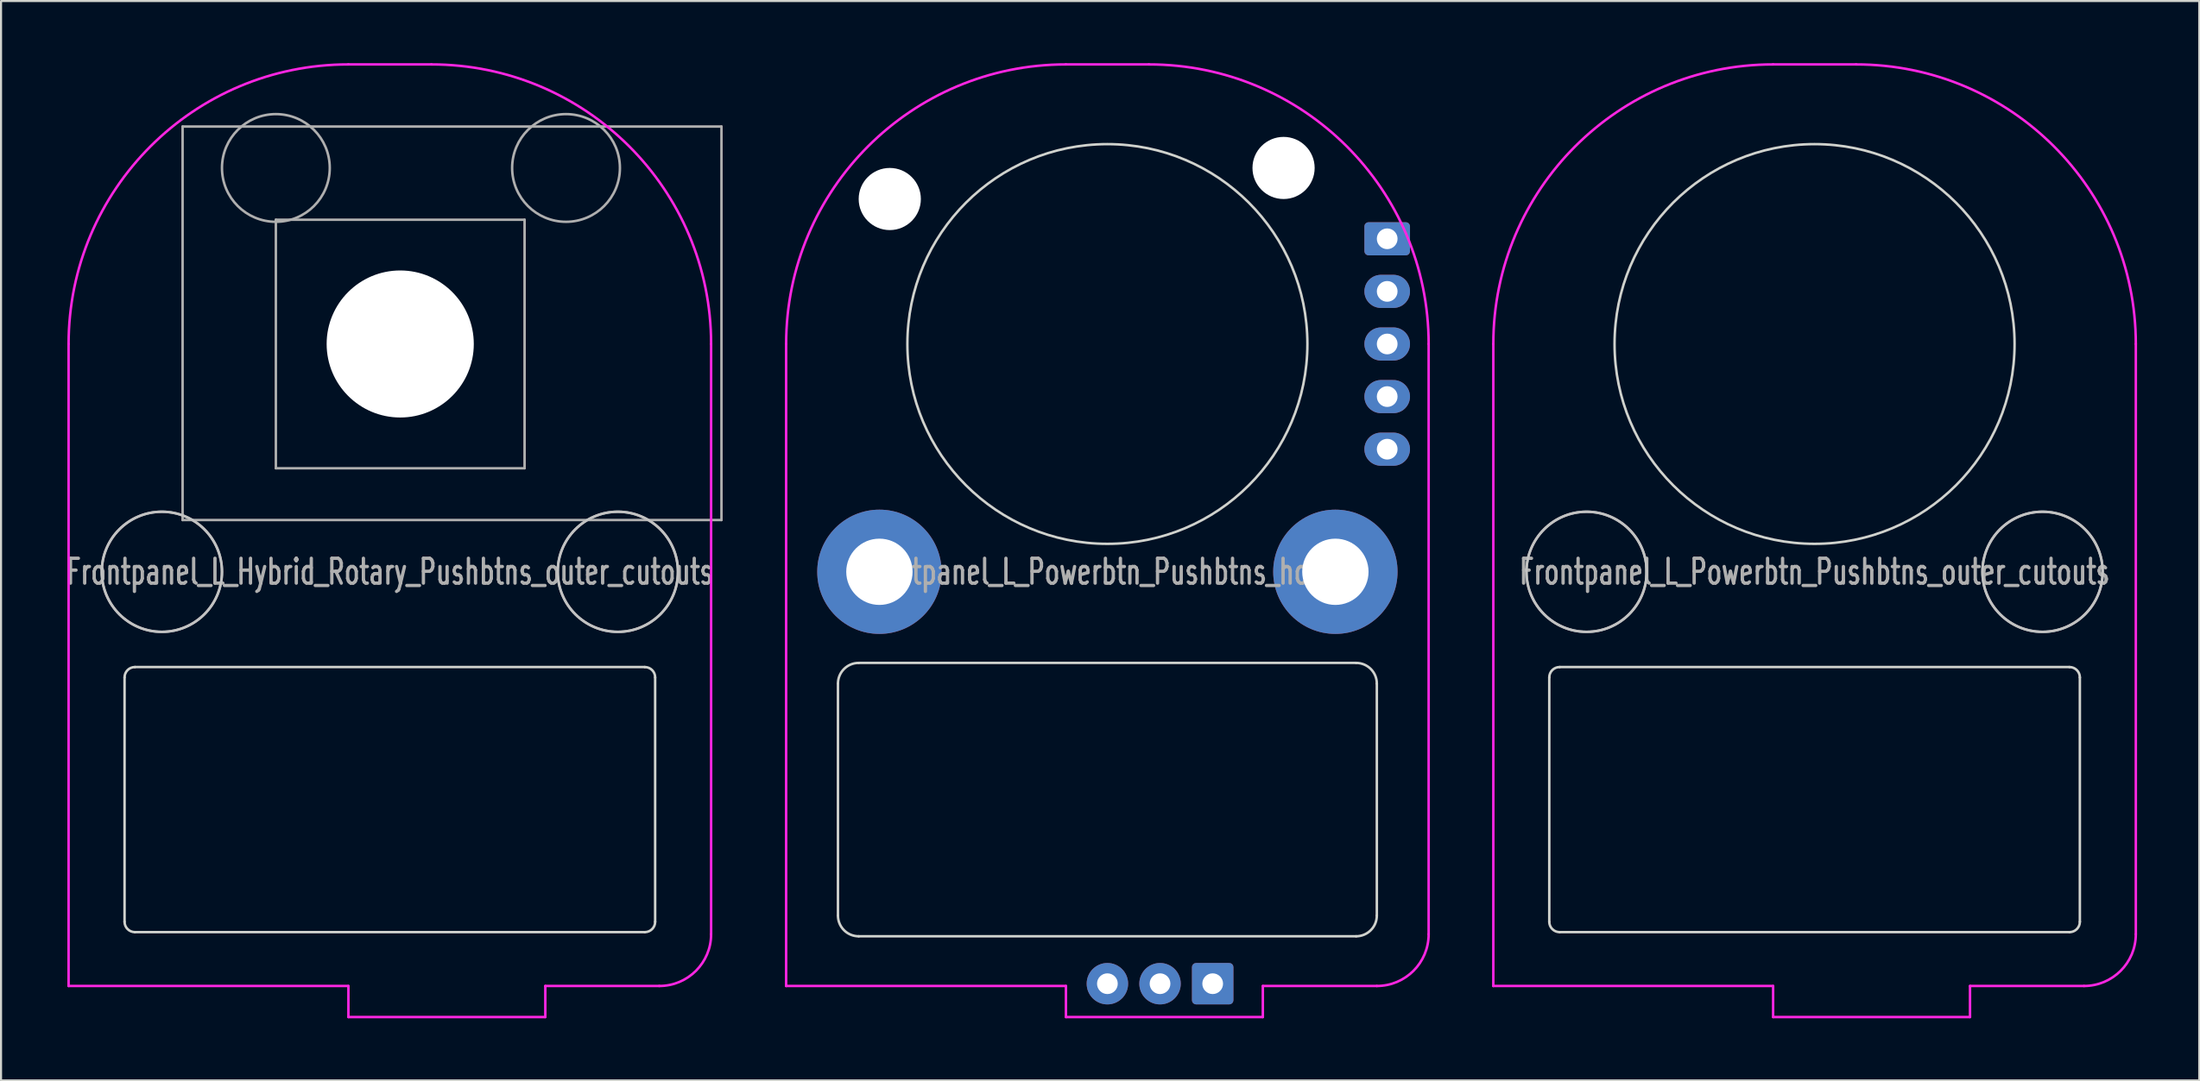
<source format=kicad_pcb>
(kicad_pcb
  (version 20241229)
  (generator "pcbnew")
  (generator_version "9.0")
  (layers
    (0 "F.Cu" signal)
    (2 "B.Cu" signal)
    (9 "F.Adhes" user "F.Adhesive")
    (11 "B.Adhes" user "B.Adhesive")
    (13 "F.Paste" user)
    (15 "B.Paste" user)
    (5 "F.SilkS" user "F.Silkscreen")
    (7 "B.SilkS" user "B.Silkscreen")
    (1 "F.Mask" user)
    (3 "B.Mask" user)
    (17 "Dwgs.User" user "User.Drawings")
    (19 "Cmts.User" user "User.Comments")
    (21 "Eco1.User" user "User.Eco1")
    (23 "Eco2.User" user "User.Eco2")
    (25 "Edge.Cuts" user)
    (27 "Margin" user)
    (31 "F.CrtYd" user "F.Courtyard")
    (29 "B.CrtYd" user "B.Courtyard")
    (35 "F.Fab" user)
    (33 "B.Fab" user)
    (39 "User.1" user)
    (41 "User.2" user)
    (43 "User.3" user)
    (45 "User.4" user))
  (footprint "Frontpanel_L_Powerbtn_Pushbtns_holder"
    (layer "F.Cu")
    (at 50.38 13.56)
    (property "Reference" "Frontpanel_L_Powerbtn_Pushbtns_holder" (at 0 11 0) (layer "F.Fab") (effects (font (size 1.2 0.8) (thickness 0.16))))
    (attr through_hole)
    (fp_line (start -13 27.6) (end -13 16.4) (stroke (width 0.12) (type solid)) (layer "Edge.Cuts"))
    (fp_line (start -12 15.4) (end 12 15.4) (stroke (width 0.12) (type solid)) (layer "Edge.Cuts"))
    (fp_line (start 12 28.6) (end -12 28.6) (stroke (width 0.12) (type solid)) (layer "Edge.Cuts"))
    (fp_line (start 13 16.4) (end 13 27.6) (stroke (width 0.12) (type solid)) (layer "Edge.Cuts"))
    (fp_arc (start -13 16.4) (mid -12.707107 15.692893) (end -12 15.4) (stroke (width 0.12) (type solid)) (layer "Edge.Cuts"))
    (fp_arc (start -12 28.6) (mid -12.707107 28.307107) (end -13 27.6) (stroke (width 0.12) (type solid)) (layer "Edge.Cuts"))
    (fp_arc (start 12 15.4) (mid 12.707107 15.692893) (end 13 16.4) (stroke (width 0.12) (type solid)) (layer "Edge.Cuts"))
    (fp_arc (start 13 27.6) (mid 12.707107 28.307107) (end 12 28.6) (stroke (width 0.12) (type solid)) (layer "Edge.Cuts"))
    (fp_circle (center 0 0) (end 9.65 0) (stroke (width 0.12) (type solid)) (fill no) (layer "Edge.Cuts"))
    (fp_line (start -15.5 0) (end -15.5 31) (stroke (width 0.12) (type solid)) (layer "F.CrtYd"))
    (fp_line (start -15.5 31) (end -2 31) (stroke (width 0.12) (type solid)) (layer "F.CrtYd"))
    (fp_line (start -2 -13.5) (end 2 -13.5) (stroke (width 0.12) (type solid)) (layer "F.CrtYd"))
    (fp_line (start -2 31) (end -2 32.5) (stroke (width 0.12) (type solid)) (layer "F.CrtYd"))
    (fp_line (start -2 32.5) (end 7.5 32.5) (stroke (width 0.12) (type solid)) (layer "F.CrtYd"))
    (fp_line (start 7.5 31) (end 13 31) (stroke (width 0.12) (type solid)) (layer "F.CrtYd"))
    (fp_line (start 7.5 32.5) (end 7.5 31) (stroke (width 0.12) (type solid)) (layer "F.CrtYd"))
    (fp_line (start 15.5 28.5) (end 15.5 0) (stroke (width 0.12) (type solid)) (layer "F.CrtYd"))
    (fp_arc (start -15.5 0) (mid -11.545942 -9.545942) (end -2 -13.5) (stroke (width 0.12) (type solid)) (layer "F.CrtYd"))
    (fp_arc (start 2 -13.5) (mid 11.545942 -9.545942) (end 15.5 0) (stroke (width 0.12) (type solid)) (layer "F.CrtYd"))
    (fp_arc (start 15.5 28.5) (mid 14.767767 30.267767) (end 13 31) (stroke (width 0.12) (type solid)) (layer "F.CrtYd"))
    (pad "" np_thru_hole circle (at -10.5 -7) (size 3 3) (drill 3) (layers "*.Cu" "*.Mask"))
    (pad "" np_thru_hole circle (at 8.5 -8.5) (size 3 3) (drill 3) (layers "*.Cu" "*.Mask"))
    (pad "1" thru_hole roundrect (at 13.5 -5.08) (size 2.2 1.6) (drill 1) (layers "*.Cu" "*.Mask") (roundrect_rratio 0.125))
    (pad "2" thru_hole oval (at 13.5 -2.54) (size 2.2 1.6) (drill 1) (layers "*.Cu" "*.Mask"))
    (pad "3" thru_hole oval (at 13.5 0) (size 2.2 1.6) (drill 1) (layers "*.Cu" "*.Mask"))
    (pad "4" thru_hole oval (at 13.5 2.54) (size 2.2 1.6) (drill 1) (layers "*.Cu" "*.Mask"))
    (pad "5" thru_hole oval (at 13.5 5.08) (size 2.2 1.6) (drill 1) (layers "*.Cu" "*.Mask"))
    (pad "6" thru_hole roundrect (at 5.08 30.89) (size 2 2) (drill 1) (layers "*.Cu" "*.Mask") (roundrect_rratio 0.1))
    (pad "7" thru_hole circle (at 2.54 30.89) (size 2 2) (drill 1) (layers "*.Cu" "*.Mask"))
    (pad "8" thru_hole circle (at 0 30.89) (size 2 2) (drill 1) (layers "*.Cu" "*.Mask"))
    (pad "9" thru_hole circle (at -11 11) (size 6 6) (drill 3.2) (layers "*.Cu" "*.Mask"))
    (pad "10" thru_hole circle (at 11 11) (size 6 6) (drill 3.2) (layers "*.Cu" "*.Mask")))
  (footprint "Frontpanel_L_Powerbtn_Pushbtns_outer_cutouts"
    (layer "F.Cu")
    (at 84.5 13.56)
    (property "Reference" "Frontpanel_L_Powerbtn_Pushbtns_outer_cutouts" (at 0 11 0) (layer "F.Fab") (effects (font (size 1.2 0.8) (thickness 0.16))))
    (attr through_hole)
    (fp_circle (center -11 11) (end -8.1 11) (stroke (width 0.12) (type solid)) (fill no) (layer "Dwgs.User"))
    (fp_circle (center 11 11) (end 13.9 11) (stroke (width 0.12) (type solid)) (fill no) (layer "Dwgs.User"))
    (fp_line (start -12.8 27.9) (end -12.8 16.1) (stroke (width 0.12) (type solid)) (layer "Edge.Cuts"))
    (fp_line (start -12.3 15.6) (end 12.3 15.6) (stroke (width 0.12) (type solid)) (layer "Edge.Cuts"))
    (fp_line (start 12.3 28.4) (end -12.3 28.4) (stroke (width 0.12) (type solid)) (layer "Edge.Cuts"))
    (fp_line (start 12.8 16.1) (end 12.8 27.9) (stroke (width 0.12) (type solid)) (layer "Edge.Cuts"))
    (fp_arc (start -12.8 16.1) (mid -12.653553 15.746447) (end -12.3 15.6) (stroke (width 0.12) (type solid)) (layer "Edge.Cuts"))
    (fp_arc (start -12.3 28.4) (mid -12.653553 28.253553) (end -12.8 27.9) (stroke (width 0.12) (type solid)) (layer "Edge.Cuts"))
    (fp_arc (start 12.3 15.6) (mid 12.653553 15.746447) (end 12.8 16.1) (stroke (width 0.12) (type solid)) (layer "Edge.Cuts"))
    (fp_arc (start 12.8 27.9) (mid 12.653553 28.253553) (end 12.3 28.4) (stroke (width 0.12) (type solid)) (layer "Edge.Cuts"))
    (fp_circle (center 0 0) (end 9.65 0) (stroke (width 0.12) (type solid)) (fill no) (layer "Edge.Cuts"))
    (fp_line (start -15.5 0) (end -15.5 31) (stroke (width 0.12) (type solid)) (layer "F.CrtYd"))
    (fp_line (start -15.5 31) (end -2 31) (stroke (width 0.12) (type solid)) (layer "F.CrtYd"))
    (fp_line (start -2 -13.5) (end 2 -13.5) (stroke (width 0.12) (type solid)) (layer "F.CrtYd"))
    (fp_line (start -2 31) (end -2 32.5) (stroke (width 0.12) (type solid)) (layer "F.CrtYd"))
    (fp_line (start -2 32.5) (end 7.5 32.5) (stroke (width 0.12) (type solid)) (layer "F.CrtYd"))
    (fp_line (start 7.5 31) (end 13 31) (stroke (width 0.12) (type solid)) (layer "F.CrtYd"))
    (fp_line (start 7.5 32.5) (end 7.5 31) (stroke (width 0.12) (type solid)) (layer "F.CrtYd"))
    (fp_line (start 15.5 28.5) (end 15.5 0) (stroke (width 0.12) (type solid)) (layer "F.CrtYd"))
    (fp_arc (start -15.5 0) (mid -11.545942 -9.545942) (end -2 -13.5) (stroke (width 0.12) (type solid)) (layer "F.CrtYd"))
    (fp_arc (start 2 -13.5) (mid 11.545942 -9.545942) (end 15.5 0) (stroke (width 0.12) (type solid)) (layer "F.CrtYd"))
    (fp_arc (start 15.5 28.5) (mid 14.767767 30.267767) (end 13 31) (stroke (width 0.12) (type solid)) (layer "F.CrtYd"))
    (fp_circle (center -11 11) (end -8.1 11) (stroke (width 0.12) (type solid)) (fill no) (layer "F.Fab"))
    (fp_circle (center 11 11) (end 13.9 11) (stroke (width 0.12) (type solid)) (fill no) (layer "F.Fab")))
  (footprint "Frontpanel_L_Hybrid_Rotary_Pushbtns_outer_cutouts"
    (layer "F.Cu")
    (at 15.76 13.56)
    (property "Reference" "Frontpanel_L_Hybrid_Rotary_Pushbtns_outer_cutouts" (at 0 11 0) (layer "F.Fab") (effects (font (size 1.2 0.8) (thickness 0.16))))
    (attr exclude_from_pos_files exclude_from_bom)
    (fp_circle (center -11 11) (end -8.1 11) (stroke (width 0.12) (type solid)) (fill no) (layer "Dwgs.User"))
    (fp_circle (center 11 11) (end 13.9 11) (stroke (width 0.12) (type solid)) (fill no) (layer "Dwgs.User"))
    (fp_line (start -12.8 27.9) (end -12.8 16.1) (stroke (width 0.12) (type solid)) (layer "Edge.Cuts"))
    (fp_line (start -12.3 15.6) (end 12.3 15.6) (stroke (width 0.12) (type solid)) (layer "Edge.Cuts"))
    (fp_line (start 12.3 28.4) (end -12.3 28.4) (stroke (width 0.12) (type solid)) (layer "Edge.Cuts"))
    (fp_line (start 12.8 16.1) (end 12.8 27.9) (stroke (width 0.12) (type solid)) (layer "Edge.Cuts"))
    (fp_arc (start -12.8 16.1) (mid -12.653553 15.746447) (end -12.3 15.6) (stroke (width 0.12) (type solid)) (layer "Edge.Cuts"))
    (fp_arc (start -12.3 28.4) (mid -12.653553 28.253553) (end -12.8 27.9) (stroke (width 0.12) (type solid)) (layer "Edge.Cuts"))
    (fp_arc (start 12.3 15.6) (mid 12.653553 15.746447) (end 12.8 16.1) (stroke (width 0.12) (type solid)) (layer "Edge.Cuts"))
    (fp_arc (start 12.8 27.9) (mid 12.653553 28.253553) (end 12.3 28.4) (stroke (width 0.12) (type solid)) (layer "Edge.Cuts"))
    (fp_line (start -15.5 0) (end -15.5 31) (stroke (width 0.12) (type solid)) (layer "F.CrtYd"))
    (fp_line (start -15.5 31) (end -2 31) (stroke (width 0.12) (type solid)) (layer "F.CrtYd"))
    (fp_line (start -2 -13.5) (end 2 -13.5) (stroke (width 0.12) (type solid)) (layer "F.CrtYd"))
    (fp_line (start -2 31) (end -2 32.5) (stroke (width 0.12) (type solid)) (layer "F.CrtYd"))
    (fp_line (start -2 32.5) (end 7.5 32.5) (stroke (width 0.12) (type solid)) (layer "F.CrtYd"))
    (fp_line (start 7.5 31) (end 13 31) (stroke (width 0.12) (type solid)) (layer "F.CrtYd"))
    (fp_line (start 7.5 32.5) (end 7.5 31) (stroke (width 0.12) (type solid)) (layer "F.CrtYd"))
    (fp_line (start 15.5 28.5) (end 15.5 0) (stroke (width 0.12) (type solid)) (layer "F.CrtYd"))
    (fp_arc (start -15.5 0) (mid -11.545942 -9.545942) (end -2 -13.5) (stroke (width 0.12) (type solid)) (layer "F.CrtYd"))
    (fp_arc (start 2 -13.5) (mid 11.545942 -9.545942) (end 15.5 0) (stroke (width 0.12) (type solid)) (layer "F.CrtYd"))
    (fp_arc (start 15.5 28.5) (mid 14.767767 30.267767) (end 13 31) (stroke (width 0.12) (type solid)) (layer "F.CrtYd"))
    (fp_line (start -10 -10.5) (end 16 -10.5) (stroke (width 0.12) (type solid)) (layer "F.Fab"))
    (fp_line (start -10 8.5) (end -10 -10.5) (stroke (width 0.12) (type solid)) (layer "F.Fab"))
    (fp_line (start -5.5 -6) (end 6.5 -6) (stroke (width 0.12) (type solid)) (layer "F.Fab"))
    (fp_line (start -5.5 6) (end -5.5 -6) (stroke (width 0.12) (type solid)) (layer "F.Fab"))
    (fp_line (start 6.5 -6) (end 6.5 6) (stroke (width 0.12) (type solid)) (layer "F.Fab"))
    (fp_line (start 6.5 6) (end -5.5 6) (stroke (width 0.12) (type solid)) (layer "F.Fab"))
    (fp_line (start 16 -10.5) (end 16 8.5) (stroke (width 0.12) (type solid)) (layer "F.Fab"))
    (fp_line (start 16 8.5) (end -10 8.5) (stroke (width 0.12) (type solid)) (layer "F.Fab"))
    (fp_circle (center -11 11) (end -8.1 11) (stroke (width 0.12) (type solid)) (fill no) (layer "F.Fab"))
    (fp_circle (center -5.5 -8.5) (end -2.9 -8.5) (stroke (width 0.12) (type solid)) (fill no) (layer "F.Fab"))
    (fp_circle (center 8.5 -8.5) (end 11.1 -8.5) (stroke (width 0.12) (type solid)) (fill no) (layer "F.Fab"))
    (fp_circle (center 11 11) (end 13.9 11) (stroke (width 0.12) (type solid)) (fill no) (layer "F.Fab"))
    (pad "" np_thru_hole circle (at 0.5 0) (size 7.1 7.1) (drill 7.1) (layers "*.Cu" "*.Mask")))
  (gr_rect
    (start -3 -3)
    (end 103.06 49.12)
    (stroke (width 0.1) (type default))
    (fill no)
    (layer "Edge.Cuts")))
</source>
